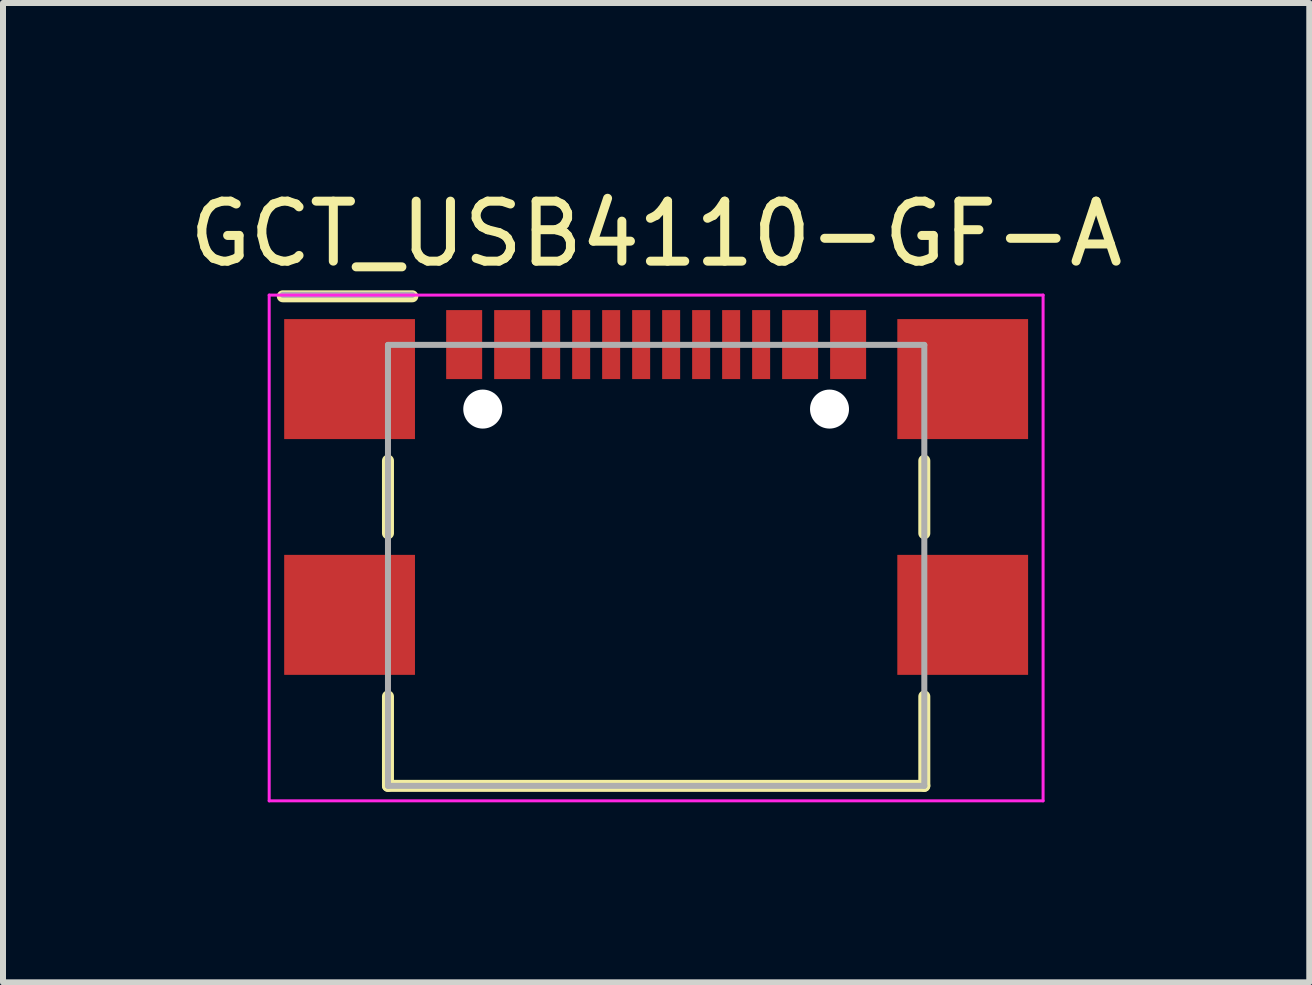
<source format=kicad_pcb>
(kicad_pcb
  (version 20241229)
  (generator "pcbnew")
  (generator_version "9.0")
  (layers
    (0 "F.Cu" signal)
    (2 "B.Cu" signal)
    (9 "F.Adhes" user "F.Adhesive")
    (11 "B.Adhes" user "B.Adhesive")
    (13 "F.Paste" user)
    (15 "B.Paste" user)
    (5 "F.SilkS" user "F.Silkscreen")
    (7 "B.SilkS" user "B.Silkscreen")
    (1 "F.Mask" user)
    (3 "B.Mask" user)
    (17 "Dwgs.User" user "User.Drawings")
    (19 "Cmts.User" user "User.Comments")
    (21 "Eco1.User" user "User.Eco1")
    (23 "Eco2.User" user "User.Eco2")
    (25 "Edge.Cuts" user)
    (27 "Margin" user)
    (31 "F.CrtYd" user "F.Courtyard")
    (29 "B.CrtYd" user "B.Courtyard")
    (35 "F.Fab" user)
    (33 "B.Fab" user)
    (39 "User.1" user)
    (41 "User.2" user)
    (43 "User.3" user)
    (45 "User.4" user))
  (footprint "GCT_USB4110-GF-A"
    (layer "F.Cu")
    (at 7.887 3.769)
    (property "Reference" "GCT_USB4110-GF-A" (at 0 -2.921 0) (layer "F.SilkS") (effects (font (size 1 1) (thickness 0.15))))
    (attr through_hole)
    (fp_line (start -6.223 -1.88) (end -4.064 -1.88) (stroke (width 0.2) (type solid)) (layer "F.SilkS"))
    (fp_line (start -4.47 0.86) (end -4.47 2.07) (stroke (width 0.2) (type solid)) (layer "F.SilkS"))
    (fp_line (start -4.47 4.79) (end -4.47 6.28) (stroke (width 0.2) (type solid)) (layer "F.SilkS"))
    (fp_line (start -4.47 6.28) (end 4.47 6.28) (stroke (width 0.2) (type solid)) (layer "F.SilkS"))
    (fp_line (start 4.47 0.86) (end 4.47 2.07) (stroke (width 0.2) (type solid)) (layer "F.SilkS"))
    (fp_line (start 4.47 6.28) (end 4.47 4.79) (stroke (width 0.2) (type solid)) (layer "F.SilkS"))
    (fp_line (start -6.45 -1.9) (end 6.45 -1.9) (stroke (width 0.05) (type solid)) (layer "F.CrtYd"))
    (fp_line (start -6.45 6.53) (end -6.45 -1.9) (stroke (width 0.05) (type solid)) (layer "F.CrtYd"))
    (fp_line (start 6.45 -1.9) (end 6.45 6.53) (stroke (width 0.05) (type solid)) (layer "F.CrtYd"))
    (fp_line (start 6.45 6.53) (end -6.45 6.53) (stroke (width 0.05) (type solid)) (layer "F.CrtYd"))
    (fp_line (start -6.223 -1.905) (end -4.064 -1.905) (stroke (width 0.1) (type solid)) (layer "F.Fab"))
    (fp_line (start -4.47 -1.07) (end -4.47 6.28) (stroke (width 0.1) (type solid)) (layer "F.Fab"))
    (fp_line (start -4.47 6.28) (end 4.47 6.28) (stroke (width 0.1) (type solid)) (layer "F.Fab"))
    (fp_line (start 4.47 -1.07) (end -4.47 -1.07) (stroke (width 0.1) (type solid)) (layer "F.Fab"))
    (fp_line (start 4.47 6.28) (end 4.47 -1.07) (stroke (width 0.1) (type solid)) (layer "F.Fab"))
    (pad "" np_thru_hole circle (at -2.89 0) (size 0.65 0.65) (drill 0.65) (layers "*.Cu" "*.Mask"))
    (pad "" np_thru_hole circle (at 2.89 0) (size 0.65 0.65) (drill 0.65) (layers "*.Cu" "*.Mask"))
    (pad "A1/B12" smd rect (at -3.2 -1.075) (size 0.6 1.15) (layers "F.Cu" "F.Mask" "F.Paste"))
    (pad "A4/B9" smd rect (at -2.4 -1.075) (size 0.6 1.15) (layers "F.Cu" "F.Mask" "F.Paste"))
    (pad "A5" smd rect (at -1.25 -1.075) (size 0.3 1.15) (layers "F.Cu" "F.Mask" "F.Paste"))
    (pad "A6" smd rect (at -0.25 -1.075) (size 0.3 1.15) (layers "F.Cu" "F.Mask" "F.Paste"))
    (pad "A7" smd rect (at 0.25 -1.075) (size 0.3 1.15) (layers "F.Cu" "F.Mask" "F.Paste"))
    (pad "A8" smd rect (at 1.25 -1.075) (size 0.3 1.15) (layers "F.Cu" "F.Mask" "F.Paste"))
    (pad "B1/A12" smd rect (at 3.2 -1.075) (size 0.6 1.15) (layers "F.Cu" "F.Mask" "F.Paste"))
    (pad "B4/A9" smd rect (at 2.4 -1.075) (size 0.6 1.15) (layers "F.Cu" "F.Mask" "F.Paste"))
    (pad "B5" smd rect (at 1.75 -1.075) (size 0.3 1.15) (layers "F.Cu" "F.Mask" "F.Paste"))
    (pad "B6" smd rect (at 0.75 -1.075) (size 0.3 1.15) (layers "F.Cu" "F.Mask" "F.Paste"))
    (pad "B7" smd rect (at -0.75 -1.075) (size 0.3 1.15) (layers "F.Cu" "F.Mask" "F.Paste"))
    (pad "B8" smd rect (at -1.75 -1.075) (size 0.3 1.15) (layers "F.Cu" "F.Mask" "F.Paste"))
    (pad "S1" smd rect (at -5.11 -0.5) (size 2.18 2) (layers "F.Cu" "F.Mask" "F.Paste"))
    (pad "S2" smd rect (at 5.11 -0.5) (size 2.18 2) (layers "F.Cu" "F.Mask" "F.Paste"))
    (pad "S3" smd rect (at -5.11 3.43) (size 2.18 2) (layers "F.Cu" "F.Mask" "F.Paste"))
    (pad "S4" smd rect (at 5.11 3.43) (size 2.18 2) (layers "F.Cu" "F.Mask" "F.Paste")))
  (gr_rect
    (start -3 -3)
    (end 18.774 13.324)
    (stroke (width 0.1) (type default))
    (fill no)
    (layer "Edge.Cuts")))
</source>
